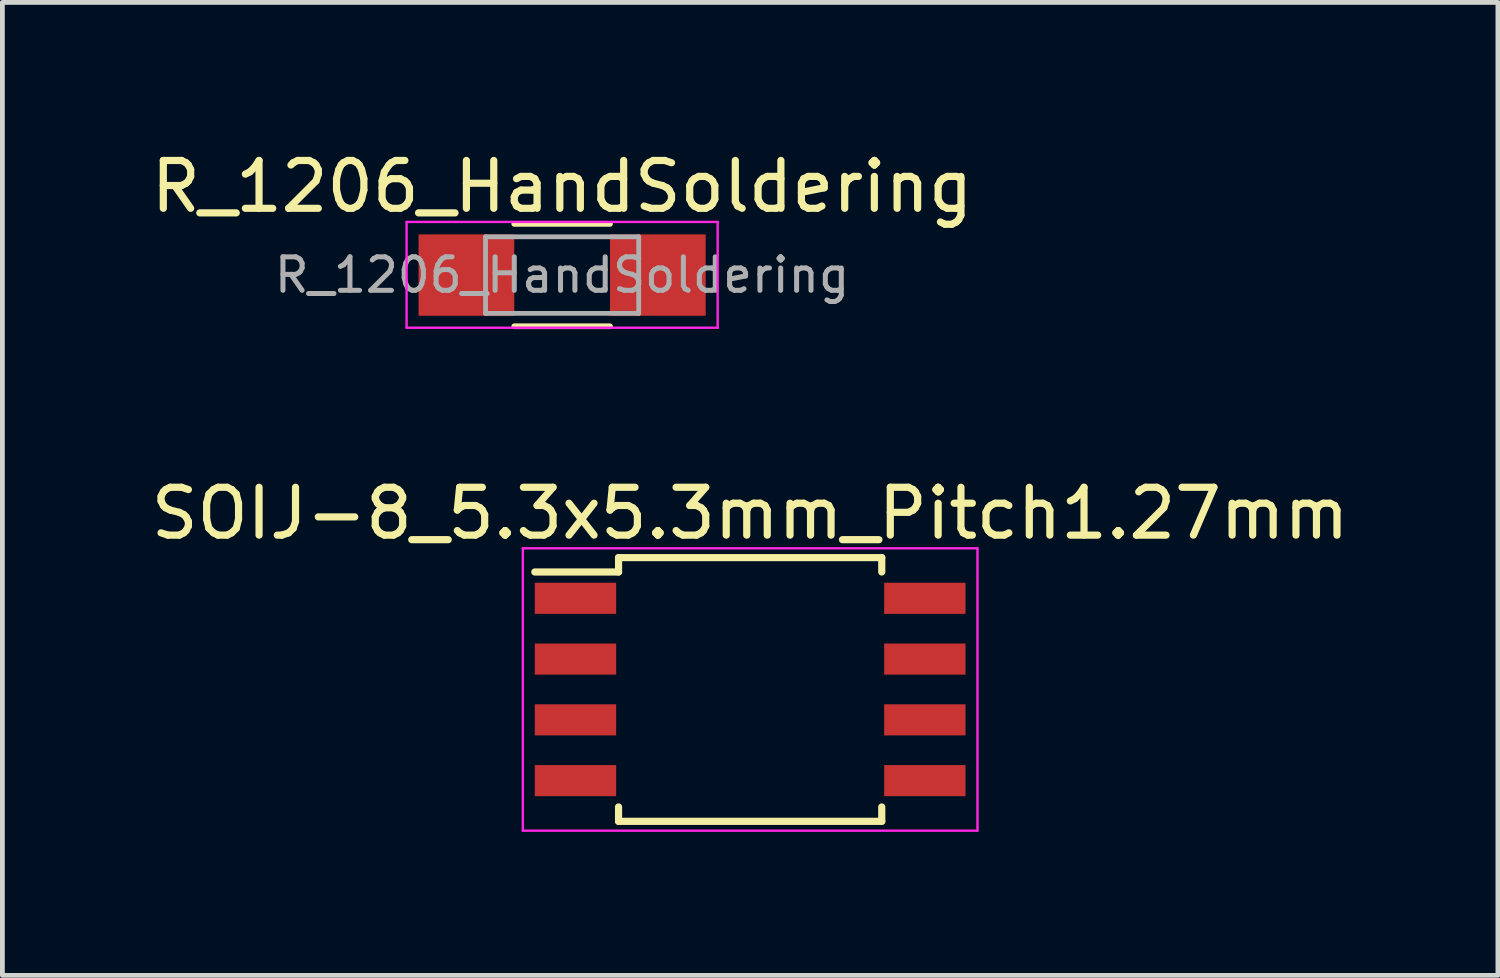
<source format=kicad_pcb>
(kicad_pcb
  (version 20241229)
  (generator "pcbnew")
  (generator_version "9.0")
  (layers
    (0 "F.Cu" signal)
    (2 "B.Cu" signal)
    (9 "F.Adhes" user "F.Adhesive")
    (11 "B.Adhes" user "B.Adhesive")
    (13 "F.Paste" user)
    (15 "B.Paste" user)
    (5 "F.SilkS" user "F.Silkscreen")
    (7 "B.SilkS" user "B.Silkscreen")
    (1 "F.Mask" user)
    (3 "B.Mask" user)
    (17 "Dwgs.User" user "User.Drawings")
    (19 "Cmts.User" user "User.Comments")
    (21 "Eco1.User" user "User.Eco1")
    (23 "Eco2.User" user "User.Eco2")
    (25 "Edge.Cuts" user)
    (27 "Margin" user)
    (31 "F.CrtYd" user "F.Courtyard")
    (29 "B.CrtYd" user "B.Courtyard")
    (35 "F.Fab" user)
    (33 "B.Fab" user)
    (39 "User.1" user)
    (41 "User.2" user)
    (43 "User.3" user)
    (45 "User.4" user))
  (footprint "R_1206_HandSoldering"
    (layer "F.Cu")
    (at 8.696 2.698)
    (property "Reference" "R_1206_HandSoldering" (at 0 -1.85 0) (layer "F.SilkS") (effects (font (size 1 1) (thickness 0.15))))
    (attr smd)
    (fp_line (start -1 -1.07) (end 1 -1.07) (stroke (width 0.12) (type solid)) (layer "F.SilkS"))
    (fp_line (start 1 1.07) (end -1 1.07) (stroke (width 0.12) (type solid)) (layer "F.SilkS"))
    (fp_line (start -3.25 -1.11) (end -3.25 1.1) (stroke (width 0.05) (type solid)) (layer "F.CrtYd"))
    (fp_line (start -3.25 -1.11) (end 3.25 -1.11) (stroke (width 0.05) (type solid)) (layer "F.CrtYd"))
    (fp_line (start 3.25 1.1) (end -3.25 1.1) (stroke (width 0.05) (type solid)) (layer "F.CrtYd"))
    (fp_line (start 3.25 1.1) (end 3.25 -1.11) (stroke (width 0.05) (type solid)) (layer "F.CrtYd"))
    (fp_line (start -1.6 -0.8) (end 1.6 -0.8) (stroke (width 0.1) (type solid)) (layer "F.Fab"))
    (fp_line (start -1.6 0.8) (end -1.6 -0.8) (stroke (width 0.1) (type solid)) (layer "F.Fab"))
    (fp_line (start 1.6 -0.8) (end 1.6 0.8) (stroke (width 0.1) (type solid)) (layer "F.Fab"))
    (fp_line (start 1.6 0.8) (end -1.6 0.8) (stroke (width 0.1) (type solid)) (layer "F.Fab"))
    (fp_text user "${REFERENCE}" (at 0 0 0) (layer "F.Fab") (effects (font (size 0.7 0.7) (thickness 0.105))))
    (pad "1" smd rect (at -2 0) (size 2 1.7) (layers "F.Cu" "F.Mask" "F.Paste"))
    (pad "2" smd rect (at 2 0) (size 2 1.7) (layers "F.Cu" "F.Mask" "F.Paste")))
  (footprint "SOIJ-8_5.3x5.3mm_Pitch1.27mm"
    (layer "F.Cu")
    (at 12.625 11.357)
    (property "Reference" "SOIJ-8_5.3x5.3mm_Pitch1.27mm" (at 0 -3.68 0) (layer "F.SilkS") (effects (font (size 1 1) (thickness 0.15))))
    (attr smd)
    (fp_line (start -2.75 -2.755) (end -2.75 -2.455) (stroke (width 0.15) (type solid)) (layer "F.SilkS"))
    (fp_line (start -2.75 -2.755) (end 2.75 -2.755) (stroke (width 0.15) (type solid)) (layer "F.SilkS"))
    (fp_line (start -2.75 -2.455) (end -4.5 -2.455) (stroke (width 0.15) (type solid)) (layer "F.SilkS"))
    (fp_line (start -2.75 2.755) (end -2.75 2.455) (stroke (width 0.15) (type solid)) (layer "F.SilkS"))
    (fp_line (start -2.75 2.755) (end 2.75 2.755) (stroke (width 0.15) (type solid)) (layer "F.SilkS"))
    (fp_line (start 2.75 -2.755) (end 2.75 -2.455) (stroke (width 0.15) (type solid)) (layer "F.SilkS"))
    (fp_line (start 2.75 2.755) (end 2.75 2.455) (stroke (width 0.15) (type solid)) (layer "F.SilkS"))
    (fp_line (start -4.75 -2.95) (end -4.75 2.95) (stroke (width 0.05) (type solid)) (layer "F.CrtYd"))
    (fp_line (start -4.75 -2.95) (end 4.75 -2.95) (stroke (width 0.05) (type solid)) (layer "F.CrtYd"))
    (fp_line (start -4.75 2.95) (end 4.75 2.95) (stroke (width 0.05) (type solid)) (layer "F.CrtYd"))
    (fp_line (start 4.75 -2.95) (end 4.75 2.95) (stroke (width 0.05) (type solid)) (layer "F.CrtYd"))
    (pad "1" smd rect (at -3.65 -1.905) (size 1.7 0.65) (layers "F.Cu" "F.Mask" "F.Paste"))
    (pad "2" smd rect (at -3.65 -0.635) (size 1.7 0.65) (layers "F.Cu" "F.Mask" "F.Paste"))
    (pad "3" smd rect (at -3.65 0.635) (size 1.7 0.65) (layers "F.Cu" "F.Mask" "F.Paste"))
    (pad "4" smd rect (at -3.65 1.905) (size 1.7 0.65) (layers "F.Cu" "F.Mask" "F.Paste"))
    (pad "5" smd rect (at 3.65 1.905) (size 1.7 0.65) (layers "F.Cu" "F.Mask" "F.Paste"))
    (pad "6" smd rect (at 3.65 0.635) (size 1.7 0.65) (layers "F.Cu" "F.Mask" "F.Paste"))
    (pad "7" smd rect (at 3.65 -0.635) (size 1.7 0.65) (layers "F.Cu" "F.Mask" "F.Paste"))
    (pad "8" smd rect (at 3.65 -1.905) (size 1.7 0.65) (layers "F.Cu" "F.Mask" "F.Paste")))
  (gr_rect
    (start -3 -3)
    (end 28.25 17.331)
    (stroke (width 0.1) (type default))
    (fill no)
    (layer "Edge.Cuts")))
</source>
